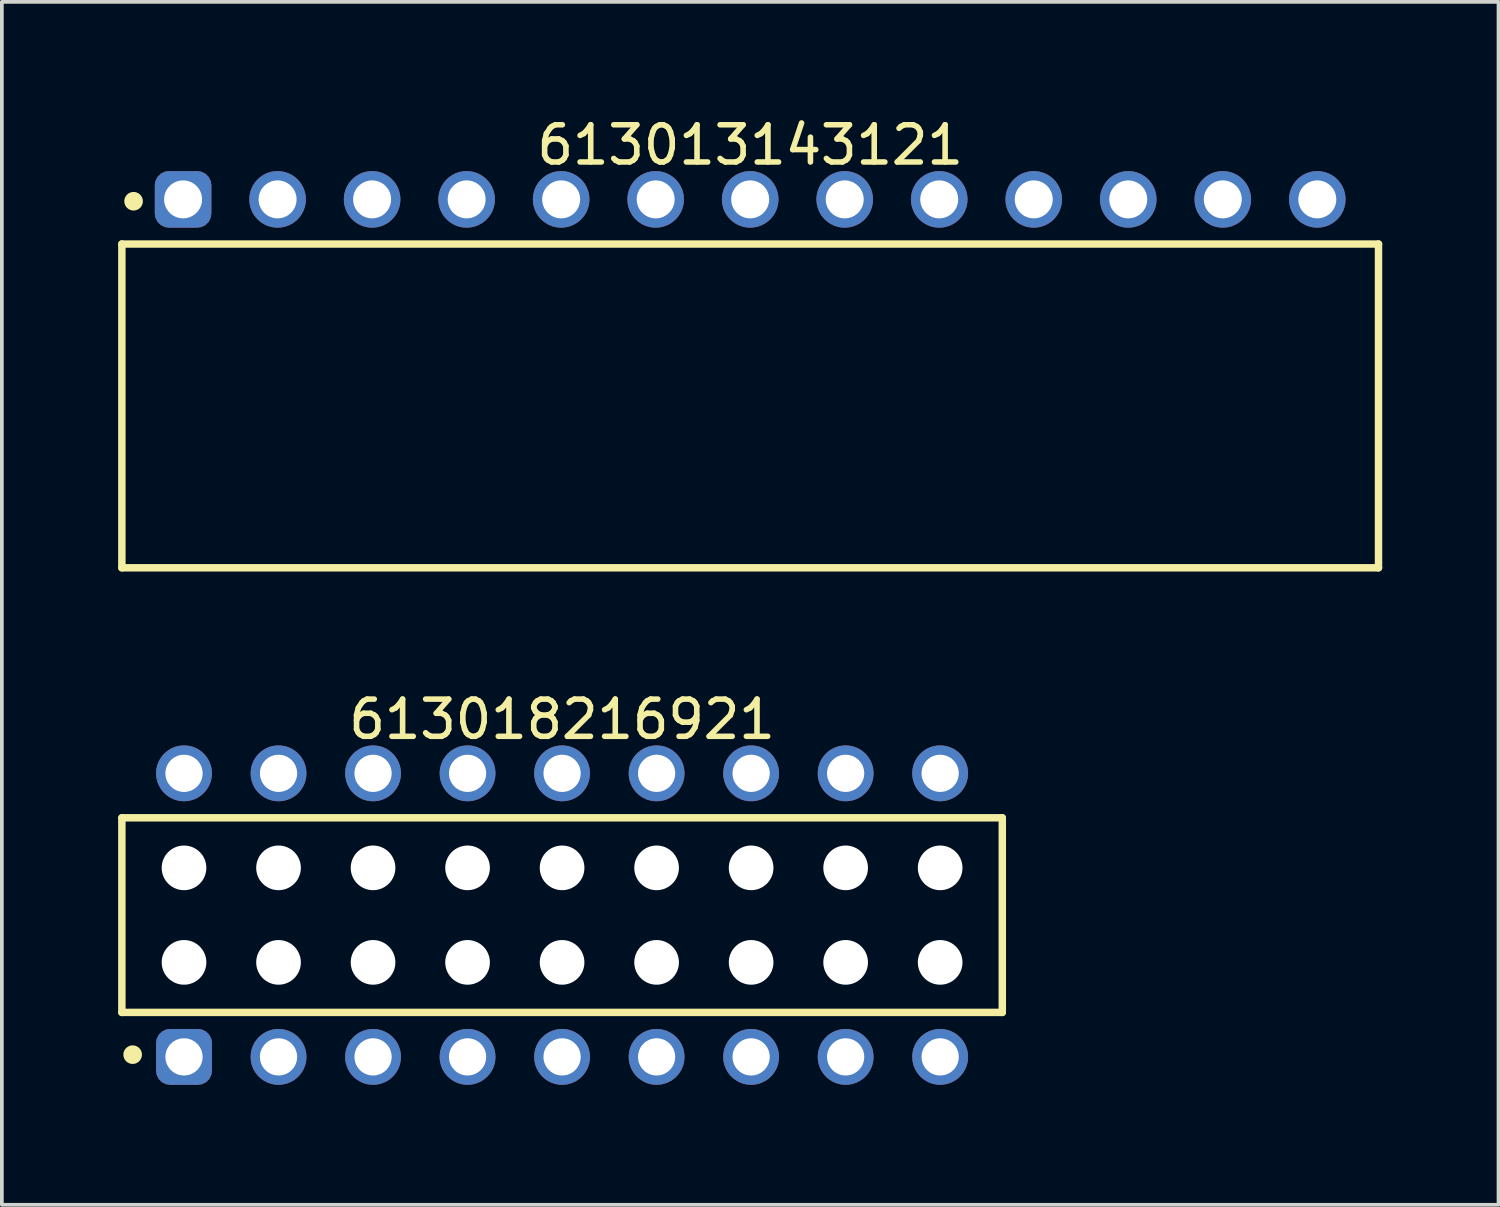
<source format=kicad_pcb>
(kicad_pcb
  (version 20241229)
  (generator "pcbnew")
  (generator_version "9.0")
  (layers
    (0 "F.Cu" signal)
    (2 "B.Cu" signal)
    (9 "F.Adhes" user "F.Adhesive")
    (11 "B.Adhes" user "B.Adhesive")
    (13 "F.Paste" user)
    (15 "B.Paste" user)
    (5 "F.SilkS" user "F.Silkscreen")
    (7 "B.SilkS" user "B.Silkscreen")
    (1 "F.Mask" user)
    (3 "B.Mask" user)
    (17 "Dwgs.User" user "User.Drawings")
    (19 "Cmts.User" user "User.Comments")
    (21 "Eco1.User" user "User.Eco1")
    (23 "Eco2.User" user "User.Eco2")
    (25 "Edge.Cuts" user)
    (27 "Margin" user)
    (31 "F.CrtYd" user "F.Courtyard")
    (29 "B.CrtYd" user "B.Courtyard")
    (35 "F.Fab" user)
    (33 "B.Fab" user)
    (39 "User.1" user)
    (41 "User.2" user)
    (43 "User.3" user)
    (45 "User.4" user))
  (footprint "613013143121"
    (layer "F.Cu")
    (at 17.11 7.858)
    (property "Reference" "613013143121" (at 0 -7.01 0) (layer "F.SilkS") (effects (font (size 1 1) (thickness 0.15))))
    (fp_line (start -16.885 -4.35) (end 16.885 -4.35) (stroke (width 0.2) (type solid)) (layer "F.SilkS"))
    (fp_line (start -16.885 4.35) (end -16.885 -4.35) (stroke (width 0.2) (type solid)) (layer "F.SilkS"))
    (fp_line (start -16.885 4.35) (end 16.885 4.35) (stroke (width 0.2) (type solid)) (layer "F.SilkS"))
    (fp_line (start 16.885 4.35) (end 16.885 -4.35) (stroke (width 0.2) (type solid)) (layer "F.SilkS"))
    (fp_circle (center -16.57 -5.5) (end -16.57 -5.625) (stroke (width 0.25) (type solid)) (fill no) (layer "F.SilkS"))
    (fp_line (start -17.085 -6.51) (end 17.085 -6.51) (stroke (width 0.05) (type solid)) (layer "Eco2.User"))
    (fp_line (start -17.085 4.55) (end -17.085 -6.51) (stroke (width 0.05) (type solid)) (layer "Eco2.User"))
    (fp_line (start -17.085 4.55) (end 17.085 4.55) (stroke (width 0.05) (type solid)) (layer "Eco2.User"))
    (fp_line (start -16.76 -4.25) (end 16.76 -4.25) (stroke (width 0.1) (type solid)) (layer "Eco2.User"))
    (fp_line (start -16.76 4.25) (end -16.76 -4.25) (stroke (width 0.1) (type solid)) (layer "Eco2.User"))
    (fp_line (start -16.76 4.25) (end 16.76 4.25) (stroke (width 0.1) (type solid)) (layer "Eco2.User"))
    (fp_line (start -15.61 -5.75) (end -14.87 -5.75) (stroke (width 0.1) (type solid)) (layer "Eco2.User"))
    (fp_line (start -15.61 -4.25) (end -15.61 -5.75) (stroke (width 0.1) (type solid)) (layer "Eco2.User"))
    (fp_line (start -14.87 -4.25) (end -14.87 -5.75) (stroke (width 0.1) (type solid)) (layer "Eco2.User"))
    (fp_line (start -13.07 -5.75) (end -12.33 -5.75) (stroke (width 0.1) (type solid)) (layer "Eco2.User"))
    (fp_line (start -13.07 -4.25) (end -13.07 -5.75) (stroke (width 0.1) (type solid)) (layer "Eco2.User"))
    (fp_line (start -12.33 -4.25) (end -12.33 -5.75) (stroke (width 0.1) (type solid)) (layer "Eco2.User"))
    (fp_line (start -10.53 -5.75) (end -9.79 -5.75) (stroke (width 0.1) (type solid)) (layer "Eco2.User"))
    (fp_line (start -10.53 -4.25) (end -10.53 -5.75) (stroke (width 0.1) (type solid)) (layer "Eco2.User"))
    (fp_line (start -9.79 -4.25) (end -9.79 -5.75) (stroke (width 0.1) (type solid)) (layer "Eco2.User"))
    (fp_line (start -7.99 -5.75) (end -7.25 -5.75) (stroke (width 0.1) (type solid)) (layer "Eco2.User"))
    (fp_line (start -7.99 -4.25) (end -7.99 -5.75) (stroke (width 0.1) (type solid)) (layer "Eco2.User"))
    (fp_line (start -7.25 -4.25) (end -7.25 -5.75) (stroke (width 0.1) (type solid)) (layer "Eco2.User"))
    (fp_line (start -5.45 -5.75) (end -4.71 -5.75) (stroke (width 0.1) (type solid)) (layer "Eco2.User"))
    (fp_line (start -5.45 -4.25) (end -5.45 -5.75) (stroke (width 0.1) (type solid)) (layer "Eco2.User"))
    (fp_line (start -4.71 -4.25) (end -4.71 -5.75) (stroke (width 0.1) (type solid)) (layer "Eco2.User"))
    (fp_line (start -2.91 -5.75) (end -2.17 -5.75) (stroke (width 0.1) (type solid)) (layer "Eco2.User"))
    (fp_line (start -2.91 -4.25) (end -2.91 -5.75) (stroke (width 0.1) (type solid)) (layer "Eco2.User"))
    (fp_line (start -2.17 -4.25) (end -2.17 -5.75) (stroke (width 0.1) (type solid)) (layer "Eco2.User"))
    (fp_line (start -0.5 0) (end 0.5 0) (stroke (width 0.05) (type solid)) (layer "Eco2.User"))
    (fp_line (start -0.37 -5.75) (end 0.37 -5.75) (stroke (width 0.1) (type solid)) (layer "Eco2.User"))
    (fp_line (start -0.37 -4.25) (end -0.37 -5.75) (stroke (width 0.1) (type solid)) (layer "Eco2.User"))
    (fp_line (start 0 0.5) (end 0 -0.5) (stroke (width 0.05) (type solid)) (layer "Eco2.User"))
    (fp_line (start 0.37 -4.25) (end 0.37 -5.75) (stroke (width 0.1) (type solid)) (layer "Eco2.User"))
    (fp_line (start 2.17 -5.75) (end 2.91 -5.75) (stroke (width 0.1) (type solid)) (layer "Eco2.User"))
    (fp_line (start 2.17 -4.25) (end 2.17 -5.75) (stroke (width 0.1) (type solid)) (layer "Eco2.User"))
    (fp_line (start 2.91 -4.25) (end 2.91 -5.75) (stroke (width 0.1) (type solid)) (layer "Eco2.User"))
    (fp_line (start 4.71 -5.75) (end 5.45 -5.75) (stroke (width 0.1) (type solid)) (layer "Eco2.User"))
    (fp_line (start 4.71 -4.25) (end 4.71 -5.75) (stroke (width 0.1) (type solid)) (layer "Eco2.User"))
    (fp_line (start 5.45 -4.25) (end 5.45 -5.75) (stroke (width 0.1) (type solid)) (layer "Eco2.User"))
    (fp_line (start 7.25 -5.75) (end 7.99 -5.75) (stroke (width 0.1) (type solid)) (layer "Eco2.User"))
    (fp_line (start 7.25 -4.25) (end 7.25 -5.75) (stroke (width 0.1) (type solid)) (layer "Eco2.User"))
    (fp_line (start 7.99 -4.25) (end 7.99 -5.75) (stroke (width 0.1) (type solid)) (layer "Eco2.User"))
    (fp_line (start 9.79 -5.75) (end 10.53 -5.75) (stroke (width 0.1) (type solid)) (layer "Eco2.User"))
    (fp_line (start 9.79 -4.25) (end 9.79 -5.75) (stroke (width 0.1) (type solid)) (layer "Eco2.User"))
    (fp_line (start 10.53 -4.25) (end 10.53 -5.75) (stroke (width 0.1) (type solid)) (layer "Eco2.User"))
    (fp_line (start 12.33 -5.75) (end 13.07 -5.75) (stroke (width 0.1) (type solid)) (layer "Eco2.User"))
    (fp_line (start 12.33 -4.25) (end 12.33 -5.75) (stroke (width 0.1) (type solid)) (layer "Eco2.User"))
    (fp_line (start 13.07 -4.25) (end 13.07 -5.75) (stroke (width 0.1) (type solid)) (layer "Eco2.User"))
    (fp_line (start 14.87 -5.75) (end 15.61 -5.75) (stroke (width 0.1) (type solid)) (layer "Eco2.User"))
    (fp_line (start 14.87 -4.25) (end 14.87 -5.75) (stroke (width 0.1) (type solid)) (layer "Eco2.User"))
    (fp_line (start 15.61 -4.25) (end 15.61 -5.75) (stroke (width 0.1) (type solid)) (layer "Eco2.User"))
    (fp_line (start 16.76 4.25) (end 16.76 -4.25) (stroke (width 0.1) (type solid)) (layer "Eco2.User"))
    (fp_line (start 17.085 4.55) (end 17.085 -6.51) (stroke (width 0.05) (type solid)) (layer "Eco2.User"))
    (fp_text user "${REFERENCE}" (at 0.15 -0.197 0) (unlocked yes) (layer "User.3") (effects (font (size 1.5 1.5) (thickness 0.15))))
    (pad "1" thru_hole roundrect (at -15.24 -5.55) (size 1.52 1.52) (drill 1.02) (layers "*.Cu" "*.Mask") (roundrect_rratio 0.25))
    (pad "2" thru_hole circle (at -12.7 -5.55) (size 1.52 1.52) (drill 1.02) (layers "*.Cu" "*.Mask"))
    (pad "3" thru_hole circle (at -10.16 -5.55) (size 1.52 1.52) (drill 1.02) (layers "*.Cu" "*.Mask"))
    (pad "4" thru_hole circle (at -7.62 -5.55) (size 1.52 1.52) (drill 1.02) (layers "*.Cu" "*.Mask"))
    (pad "5" thru_hole circle (at -5.08 -5.55) (size 1.52 1.52) (drill 1.02) (layers "*.Cu" "*.Mask"))
    (pad "6" thru_hole circle (at -2.54 -5.55) (size 1.52 1.52) (drill 1.02) (layers "*.Cu" "*.Mask"))
    (pad "7" thru_hole circle (at 0 -5.55) (size 1.52 1.52) (drill 1.02) (layers "*.Cu" "*.Mask"))
    (pad "8" thru_hole circle (at 2.54 -5.55) (size 1.52 1.52) (drill 1.02) (layers "*.Cu" "*.Mask"))
    (pad "9" thru_hole circle (at 5.08 -5.55) (size 1.52 1.52) (drill 1.02) (layers "*.Cu" "*.Mask"))
    (pad "10" thru_hole circle (at 7.62 -5.55) (size 1.52 1.52) (drill 1.02) (layers "*.Cu" "*.Mask"))
    (pad "11" thru_hole circle (at 10.16 -5.55) (size 1.52 1.52) (drill 1.02) (layers "*.Cu" "*.Mask"))
    (pad "12" thru_hole circle (at 12.7 -5.55) (size 1.52 1.52) (drill 1.02) (layers "*.Cu" "*.Mask"))
    (pad "13" thru_hole circle (at 15.24 -5.55) (size 1.52 1.52) (drill 1.02) (layers "*.Cu" "*.Mask")))
  (footprint "613018216921"
    (layer "F.Cu")
    (at 12.055 21.542)
    (property "Reference" "613018216921" (at 0 -5.26 0) (layer "F.SilkS") (effects (font (size 1 1) (thickness 0.15))))
    (fp_line (start -11.83 -2.615) (end 11.83 -2.615) (stroke (width 0.2) (type solid)) (layer "F.SilkS"))
    (fp_line (start -11.83 2.615) (end -11.83 -2.615) (stroke (width 0.2) (type solid)) (layer "F.SilkS"))
    (fp_line (start -11.83 2.615) (end 11.83 2.615) (stroke (width 0.2) (type solid)) (layer "F.SilkS"))
    (fp_line (start 11.83 2.615) (end 11.83 -2.615) (stroke (width 0.2) (type solid)) (layer "F.SilkS"))
    (fp_circle (center -11.54 3.75) (end -11.54 3.625) (stroke (width 0.25) (type solid)) (fill no) (layer "F.SilkS"))
    (fp_line (start -12.03 -4.76) (end 12.03 -4.76) (stroke (width 0.05) (type solid)) (layer "Eco2.User"))
    (fp_line (start -12.03 4.76) (end -12.03 -4.76) (stroke (width 0.05) (type solid)) (layer "Eco2.User"))
    (fp_line (start -12.03 4.76) (end 12.03 4.76) (stroke (width 0.05) (type solid)) (layer "Eco2.User"))
    (fp_line (start -11.68 -2.54) (end 11.68 -2.54) (stroke (width 0.1) (type solid)) (layer "Eco2.User"))
    (fp_line (start -11.68 2.54) (end -11.68 -2.54) (stroke (width 0.1) (type solid)) (layer "Eco2.User"))
    (fp_line (start -11.68 2.54) (end 11.68 2.54) (stroke (width 0.1) (type solid)) (layer "Eco2.User"))
    (fp_line (start -10.56 -3.935) (end -9.76 -3.935) (stroke (width 0.1) (type solid)) (layer "Eco2.User"))
    (fp_line (start -10.56 -2.54) (end -10.56 -3.935) (stroke (width 0.1) (type solid)) (layer "Eco2.User"))
    (fp_line (start -10.56 3.935) (end -10.56 2.54) (stroke (width 0.1) (type solid)) (layer "Eco2.User"))
    (fp_line (start -10.56 3.935) (end -9.76 3.935) (stroke (width 0.1) (type solid)) (layer "Eco2.User"))
    (fp_line (start -9.76 -2.54) (end -9.76 -3.935) (stroke (width 0.1) (type solid)) (layer "Eco2.User"))
    (fp_line (start -9.76 3.935) (end -9.76 2.54) (stroke (width 0.1) (type solid)) (layer "Eco2.User"))
    (fp_line (start -8.02 -3.935) (end -7.22 -3.935) (stroke (width 0.1) (type solid)) (layer "Eco2.User"))
    (fp_line (start -8.02 -2.54) (end -8.02 -3.935) (stroke (width 0.1) (type solid)) (layer "Eco2.User"))
    (fp_line (start -8.02 3.935) (end -8.02 2.54) (stroke (width 0.1) (type solid)) (layer "Eco2.User"))
    (fp_line (start -8.02 3.935) (end -7.22 3.935) (stroke (width 0.1) (type solid)) (layer "Eco2.User"))
    (fp_line (start -7.22 -2.54) (end -7.22 -3.935) (stroke (width 0.1) (type solid)) (layer "Eco2.User"))
    (fp_line (start -7.22 3.935) (end -7.22 2.54) (stroke (width 0.1) (type solid)) (layer "Eco2.User"))
    (fp_line (start -5.48 -3.935) (end -4.68 -3.935) (stroke (width 0.1) (type solid)) (layer "Eco2.User"))
    (fp_line (start -5.48 -2.54) (end -5.48 -3.935) (stroke (width 0.1) (type solid)) (layer "Eco2.User"))
    (fp_line (start -5.48 3.935) (end -5.48 2.54) (stroke (width 0.1) (type solid)) (layer "Eco2.User"))
    (fp_line (start -5.48 3.935) (end -4.68 3.935) (stroke (width 0.1) (type solid)) (layer "Eco2.User"))
    (fp_line (start -4.68 -2.54) (end -4.68 -3.935) (stroke (width 0.1) (type solid)) (layer "Eco2.User"))
    (fp_line (start -4.68 3.935) (end -4.68 2.54) (stroke (width 0.1) (type solid)) (layer "Eco2.User"))
    (fp_line (start -2.94 -3.935) (end -2.14 -3.935) (stroke (width 0.1) (type solid)) (layer "Eco2.User"))
    (fp_line (start -2.94 -2.54) (end -2.94 -3.935) (stroke (width 0.1) (type solid)) (layer "Eco2.User"))
    (fp_line (start -2.94 3.935) (end -2.94 2.54) (stroke (width 0.1) (type solid)) (layer "Eco2.User"))
    (fp_line (start -2.94 3.935) (end -2.14 3.935) (stroke (width 0.1) (type solid)) (layer "Eco2.User"))
    (fp_line (start -2.14 -2.54) (end -2.14 -3.935) (stroke (width 0.1) (type solid)) (layer "Eco2.User"))
    (fp_line (start -2.14 3.935) (end -2.14 2.54) (stroke (width 0.1) (type solid)) (layer "Eco2.User"))
    (fp_line (start -0.5 0) (end 0.5 0) (stroke (width 0.05) (type solid)) (layer "Eco2.User"))
    (fp_line (start -0.4 -3.935) (end 0.4 -3.935) (stroke (width 0.1) (type solid)) (layer "Eco2.User"))
    (fp_line (start -0.4 -2.54) (end -0.4 -3.935) (stroke (width 0.1) (type solid)) (layer "Eco2.User"))
    (fp_line (start -0.4 3.935) (end -0.4 2.54) (stroke (width 0.1) (type solid)) (layer "Eco2.User"))
    (fp_line (start -0.4 3.935) (end 0.4 3.935) (stroke (width 0.1) (type solid)) (layer "Eco2.User"))
    (fp_line (start 0 0.5) (end 0 -0.5) (stroke (width 0.05) (type solid)) (layer "Eco2.User"))
    (fp_line (start 0.4 -2.54) (end 0.4 -3.935) (stroke (width 0.1) (type solid)) (layer "Eco2.User"))
    (fp_line (start 0.4 3.935) (end 0.4 2.54) (stroke (width 0.1) (type solid)) (layer "Eco2.User"))
    (fp_line (start 2.14 -3.935) (end 2.94 -3.935) (stroke (width 0.1) (type solid)) (layer "Eco2.User"))
    (fp_line (start 2.14 -2.54) (end 2.14 -3.935) (stroke (width 0.1) (type solid)) (layer "Eco2.User"))
    (fp_line (start 2.14 3.935) (end 2.14 2.54) (stroke (width 0.1) (type solid)) (layer "Eco2.User"))
    (fp_line (start 2.14 3.935) (end 2.94 3.935) (stroke (width 0.1) (type solid)) (layer "Eco2.User"))
    (fp_line (start 2.94 -2.54) (end 2.94 -3.935) (stroke (width 0.1) (type solid)) (layer "Eco2.User"))
    (fp_line (start 2.94 3.935) (end 2.94 2.54) (stroke (width 0.1) (type solid)) (layer "Eco2.User"))
    (fp_line (start 4.68 -3.935) (end 5.48 -3.935) (stroke (width 0.1) (type solid)) (layer "Eco2.User"))
    (fp_line (start 4.68 -2.54) (end 4.68 -3.935) (stroke (width 0.1) (type solid)) (layer "Eco2.User"))
    (fp_line (start 4.68 3.935) (end 4.68 2.54) (stroke (width 0.1) (type solid)) (layer "Eco2.User"))
    (fp_line (start 4.68 3.935) (end 5.48 3.935) (stroke (width 0.1) (type solid)) (layer "Eco2.User"))
    (fp_line (start 5.48 -2.54) (end 5.48 -3.935) (stroke (width 0.1) (type solid)) (layer "Eco2.User"))
    (fp_line (start 5.48 3.935) (end 5.48 2.54) (stroke (width 0.1) (type solid)) (layer "Eco2.User"))
    (fp_line (start 7.22 -3.935) (end 8.02 -3.935) (stroke (width 0.1) (type solid)) (layer "Eco2.User"))
    (fp_line (start 7.22 -2.54) (end 7.22 -3.935) (stroke (width 0.1) (type solid)) (layer "Eco2.User"))
    (fp_line (start 7.22 3.935) (end 7.22 2.54) (stroke (width 0.1) (type solid)) (layer "Eco2.User"))
    (fp_line (start 7.22 3.935) (end 8.02 3.935) (stroke (width 0.1) (type solid)) (layer "Eco2.User"))
    (fp_line (start 8.02 -2.54) (end 8.02 -3.935) (stroke (width 0.1) (type solid)) (layer "Eco2.User"))
    (fp_line (start 8.02 3.935) (end 8.02 2.54) (stroke (width 0.1) (type solid)) (layer "Eco2.User"))
    (fp_line (start 9.76 -3.935) (end 10.56 -3.935) (stroke (width 0.1) (type solid)) (layer "Eco2.User"))
    (fp_line (start 9.76 -2.54) (end 9.76 -3.935) (stroke (width 0.1) (type solid)) (layer "Eco2.User"))
    (fp_line (start 9.76 3.935) (end 9.76 2.54) (stroke (width 0.1) (type solid)) (layer "Eco2.User"))
    (fp_line (start 9.76 3.935) (end 10.56 3.935) (stroke (width 0.1) (type solid)) (layer "Eco2.User"))
    (fp_line (start 10.56 -2.54) (end 10.56 -3.935) (stroke (width 0.1) (type solid)) (layer "Eco2.User"))
    (fp_line (start 10.56 3.935) (end 10.56 2.54) (stroke (width 0.1) (type solid)) (layer "Eco2.User"))
    (fp_line (start 11.68 2.54) (end 11.68 -2.54) (stroke (width 0.1) (type solid)) (layer "Eco2.User"))
    (fp_line (start 12.03 4.76) (end 12.03 -4.76) (stroke (width 0.05) (type solid)) (layer "Eco2.User"))
    (fp_text user "${REFERENCE}" (at 0.15 -0.197 0) (unlocked yes) (layer "User.3") (effects (font (size 1.5 1.5) (thickness 0.15))))
    (pad "" np_thru_hole circle (at -10.16 -1.27) (size 1.2 1.2) (drill 1.2) (layers "*.Cu" "*.Mask"))
    (pad "" np_thru_hole circle (at -10.16 1.27) (size 1.2 1.2) (drill 1.2) (layers "*.Cu" "*.Mask"))
    (pad "" np_thru_hole circle (at -7.62 -1.27) (size 1.2 1.2) (drill 1.2) (layers "*.Cu" "*.Mask"))
    (pad "" np_thru_hole circle (at -7.62 1.27) (size 1.2 1.2) (drill 1.2) (layers "*.Cu" "*.Mask"))
    (pad "" np_thru_hole circle (at -5.08 -1.27) (size 1.2 1.2) (drill 1.2) (layers "*.Cu" "*.Mask"))
    (pad "" np_thru_hole circle (at -5.08 1.27) (size 1.2 1.2) (drill 1.2) (layers "*.Cu" "*.Mask"))
    (pad "" np_thru_hole circle (at -2.54 -1.27) (size 1.2 1.2) (drill 1.2) (layers "*.Cu" "*.Mask"))
    (pad "" np_thru_hole circle (at -2.54 1.27) (size 1.2 1.2) (drill 1.2) (layers "*.Cu" "*.Mask"))
    (pad "" np_thru_hole circle (at 0 -1.27) (size 1.2 1.2) (drill 1.2) (layers "*.Cu" "*.Mask"))
    (pad "" np_thru_hole circle (at 0 1.27) (size 1.2 1.2) (drill 1.2) (layers "*.Cu" "*.Mask"))
    (pad "" np_thru_hole circle (at 2.54 -1.27) (size 1.2 1.2) (drill 1.2) (layers "*.Cu" "*.Mask"))
    (pad "" np_thru_hole circle (at 2.54 1.27) (size 1.2 1.2) (drill 1.2) (layers "*.Cu" "*.Mask"))
    (pad "" np_thru_hole circle (at 5.08 -1.27) (size 1.2 1.2) (drill 1.2) (layers "*.Cu" "*.Mask"))
    (pad "" np_thru_hole circle (at 5.08 1.27) (size 1.2 1.2) (drill 1.2) (layers "*.Cu" "*.Mask"))
    (pad "" np_thru_hole circle (at 7.62 -1.27) (size 1.2 1.2) (drill 1.2) (layers "*.Cu" "*.Mask"))
    (pad "" np_thru_hole circle (at 7.62 1.27) (size 1.2 1.2) (drill 1.2) (layers "*.Cu" "*.Mask"))
    (pad "" np_thru_hole circle (at 10.16 -1.27) (size 1.2 1.2) (drill 1.2) (layers "*.Cu" "*.Mask"))
    (pad "" np_thru_hole circle (at 10.16 1.27) (size 1.2 1.2) (drill 1.2) (layers "*.Cu" "*.Mask"))
    (pad "1" thru_hole roundrect (at -10.16 3.81) (size 1.5 1.5) (drill 1) (layers "*.Cu" "*.Mask") (roundrect_rratio 0.25))
    (pad "2" thru_hole circle (at -10.16 -3.81) (size 1.5 1.5) (drill 1) (layers "*.Cu" "*.Mask"))
    (pad "3" thru_hole circle (at -7.62 3.81) (size 1.5 1.5) (drill 1) (layers "*.Cu" "*.Mask"))
    (pad "4" thru_hole circle (at -7.62 -3.81) (size 1.5 1.5) (drill 1) (layers "*.Cu" "*.Mask"))
    (pad "5" thru_hole circle (at -5.08 3.81) (size 1.5 1.5) (drill 1) (layers "*.Cu" "*.Mask"))
    (pad "6" thru_hole circle (at -5.08 -3.81) (size 1.5 1.5) (drill 1) (layers "*.Cu" "*.Mask"))
    (pad "7" thru_hole circle (at -2.54 3.81) (size 1.5 1.5) (drill 1) (layers "*.Cu" "*.Mask"))
    (pad "8" thru_hole circle (at -2.54 -3.81) (size 1.5 1.5) (drill 1) (layers "*.Cu" "*.Mask"))
    (pad "9" thru_hole circle (at 0 3.81) (size 1.5 1.5) (drill 1) (layers "*.Cu" "*.Mask"))
    (pad "10" thru_hole circle (at 0 -3.81) (size 1.5 1.5) (drill 1) (layers "*.Cu" "*.Mask"))
    (pad "11" thru_hole circle (at 2.54 3.81) (size 1.5 1.5) (drill 1) (layers "*.Cu" "*.Mask"))
    (pad "12" thru_hole circle (at 2.54 -3.81) (size 1.5 1.5) (drill 1) (layers "*.Cu" "*.Mask"))
    (pad "13" thru_hole circle (at 5.08 3.81) (size 1.5 1.5) (drill 1) (layers "*.Cu" "*.Mask"))
    (pad "14" thru_hole circle (at 5.08 -3.81) (size 1.5 1.5) (drill 1) (layers "*.Cu" "*.Mask"))
    (pad "15" thru_hole circle (at 7.62 3.81) (size 1.5 1.5) (drill 1) (layers "*.Cu" "*.Mask"))
    (pad "16" thru_hole circle (at 7.62 -3.81) (size 1.5 1.5) (drill 1) (layers "*.Cu" "*.Mask"))
    (pad "17" thru_hole circle (at 10.16 3.81) (size 1.5 1.5) (drill 1) (layers "*.Cu" "*.Mask"))
    (pad "18" thru_hole circle (at 10.16 -3.81) (size 1.5 1.5) (drill 1) (layers "*.Cu" "*.Mask")))
  (gr_rect
    (start -3 -3)
    (end 37.22 29.327)
    (stroke (width 0.1) (type default))
    (fill no)
    (layer "Edge.Cuts")))
</source>
